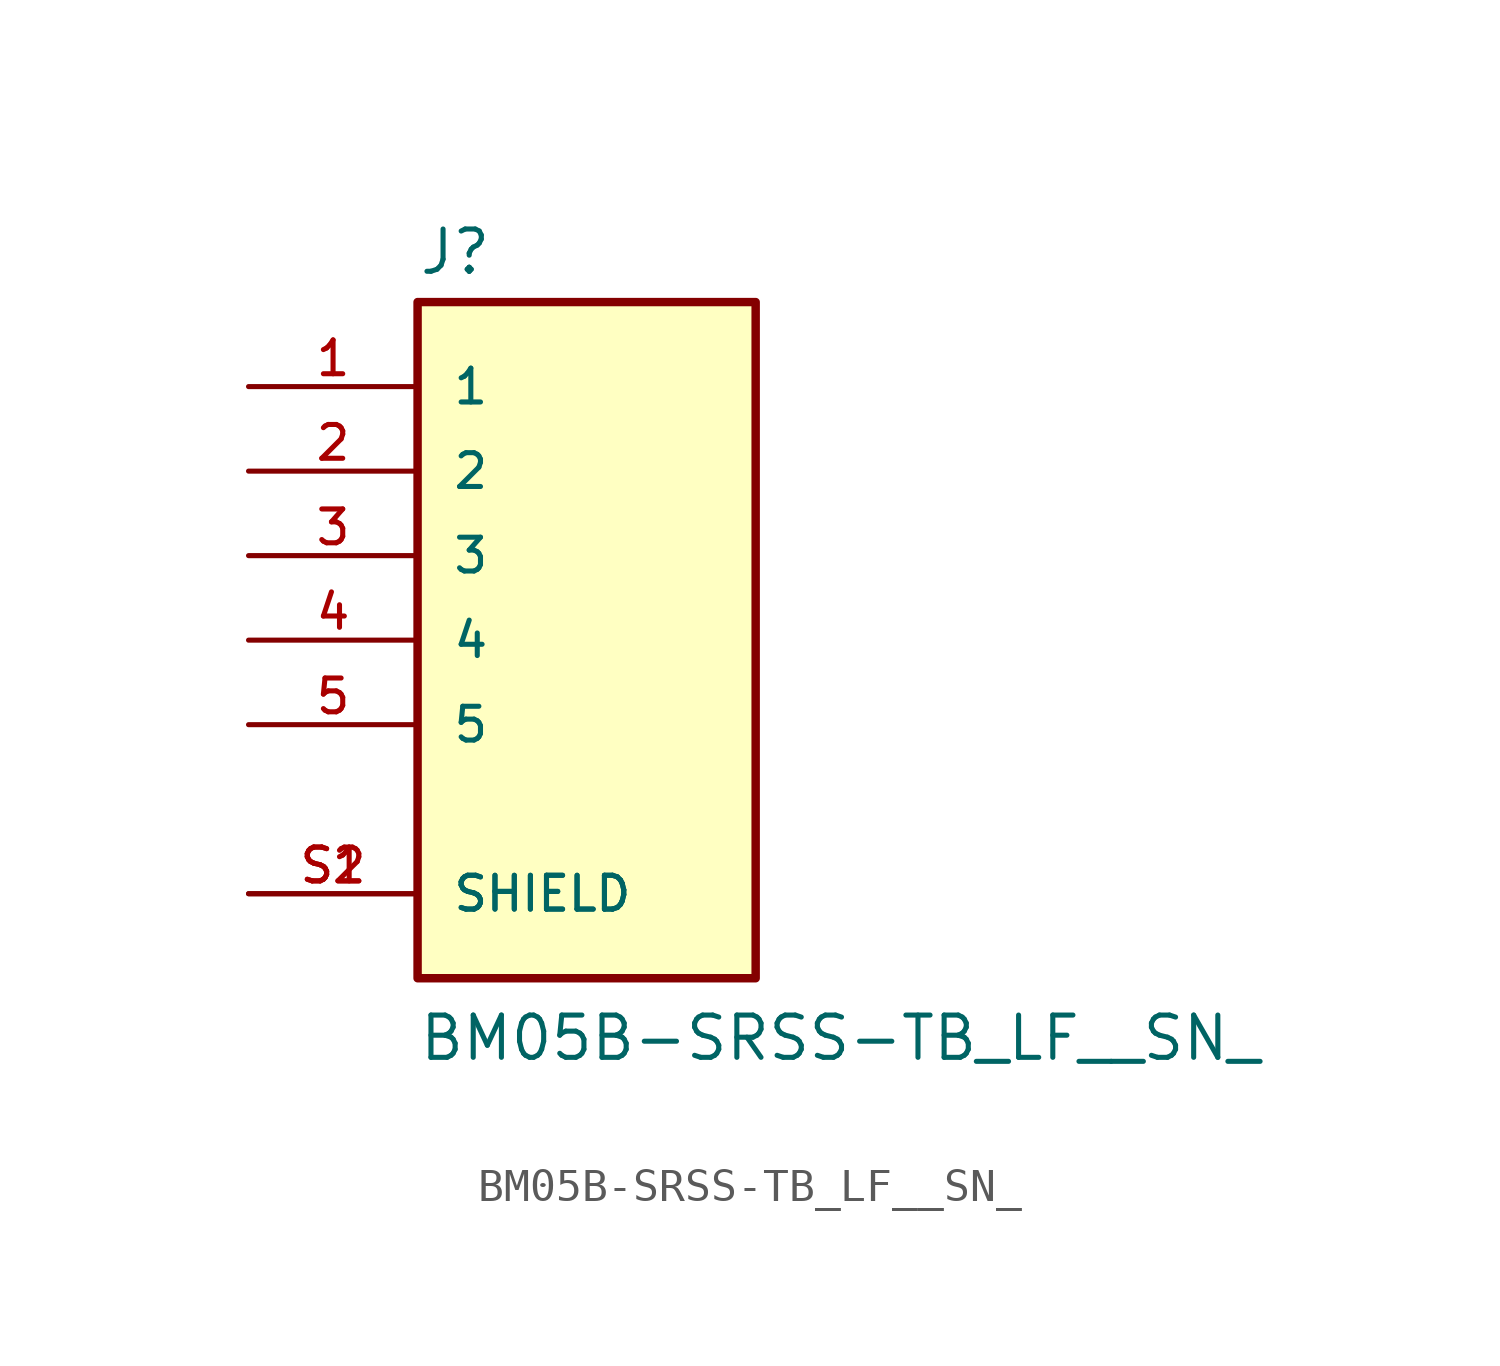
<source format=kicad_sym>
(kicad_symbol_lib
  (version 20211014)
  (generator kicad_symbol_editor)
  (symbol "BM05B-SRSS-TB_LF__SN_"
    (pin_names
      (offset 1.016))
    (property "Reference" "J"
      (at -5.08 10.922 0)
      (effects (font (size 1.27 1.27)) (justify bottom left)))
    (property "Value" "BM05B-SRSS-TB_LF__SN_"
      (at -5.08 -12.7 0)
      (effects (font (size 1.27 1.27)) (justify bottom left)))
    (symbol "BM05B-SRSS-TB_LF__SN__0_0"
      (rectangle (start -5.08 -10.16) (end 5.08 10.16) (stroke (width 0.254)) (fill (type background)))
      (pin passive line (at -10.16 7.62 0) (length 5.08) (name "1" (effects (font (size 1.016 1.016)))) (number "1" (effects (font (size 1.016 1.016)))))
      (pin passive line (at -10.16 5.08 0) (length 5.08) (name "2" (effects (font (size 1.016 1.016)))) (number "2" (effects (font (size 1.016 1.016)))))
      (pin passive line (at -10.16 2.54 0) (length 5.08) (name "3" (effects (font (size 1.016 1.016)))) (number "3" (effects (font (size 1.016 1.016)))))
      (pin passive line (at -10.16 0.0 0) (length 5.08) (name "4" (effects (font (size 1.016 1.016)))) (number "4" (effects (font (size 1.016 1.016)))))
      (pin passive line (at -10.16 -2.54 0) (length 5.08) (name "5" (effects (font (size 1.016 1.016)))) (number "5" (effects (font (size 1.016 1.016)))))
      (pin passive line (at -10.16 -7.62 0) (length 5.08) (name "SHIELD" (effects (font (size 1.016 1.016)))) (number "S1" (effects (font (size 1.016 1.016)))))
      (pin passive line (at -10.16 -7.62 0) (length 5.08) (name "SHIELD" (effects (font (size 1.016 1.016)))) (number "S2" (effects (font (size 1.016 1.016))))))))
</source>
